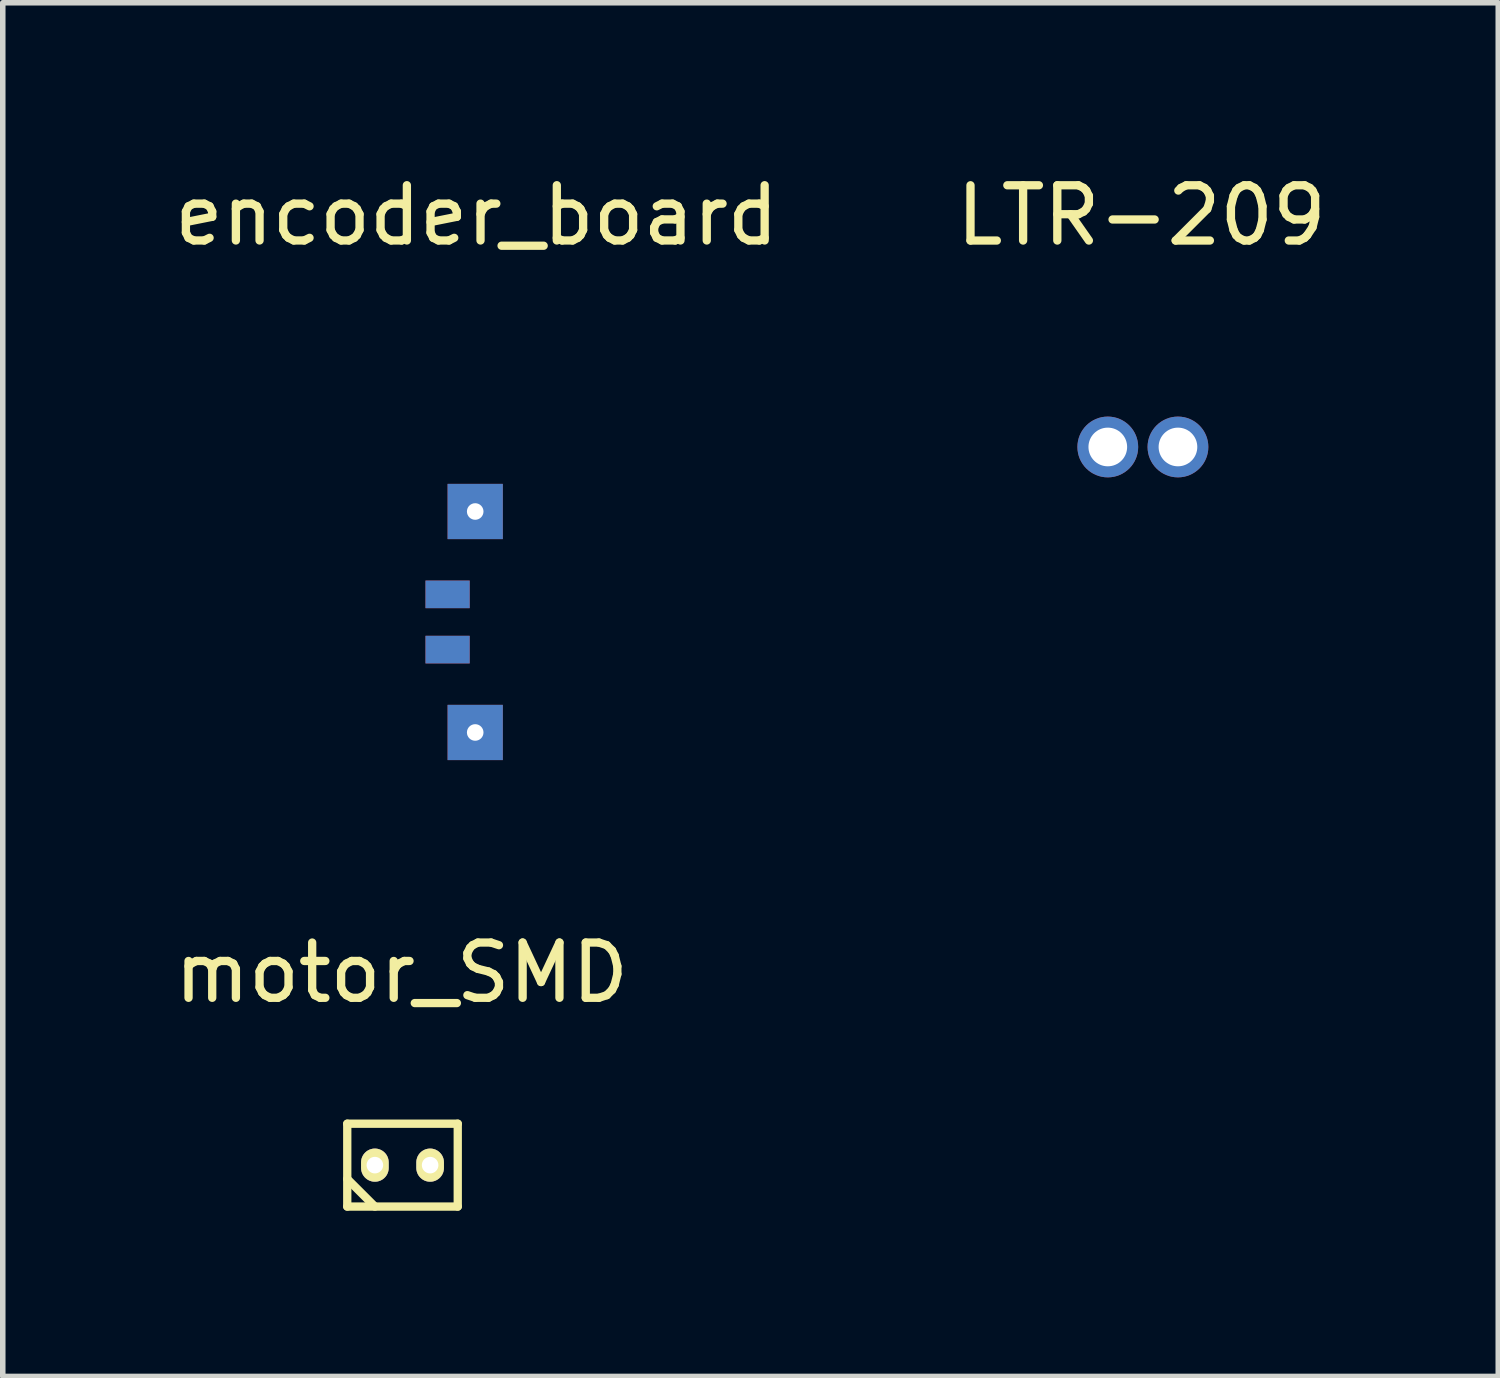
<source format=kicad_pcb>
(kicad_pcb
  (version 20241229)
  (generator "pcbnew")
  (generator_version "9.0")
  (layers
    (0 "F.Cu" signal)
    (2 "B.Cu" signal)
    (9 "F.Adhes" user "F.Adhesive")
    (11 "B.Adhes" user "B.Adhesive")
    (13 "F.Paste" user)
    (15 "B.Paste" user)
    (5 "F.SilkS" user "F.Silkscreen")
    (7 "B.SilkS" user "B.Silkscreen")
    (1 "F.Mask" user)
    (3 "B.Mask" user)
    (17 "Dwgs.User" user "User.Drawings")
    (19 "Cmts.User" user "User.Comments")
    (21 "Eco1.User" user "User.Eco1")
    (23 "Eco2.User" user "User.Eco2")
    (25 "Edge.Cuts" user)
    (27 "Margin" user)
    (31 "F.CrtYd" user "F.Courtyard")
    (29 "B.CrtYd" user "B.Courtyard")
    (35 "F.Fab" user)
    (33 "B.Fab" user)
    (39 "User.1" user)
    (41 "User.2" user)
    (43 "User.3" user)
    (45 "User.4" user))
  (footprint "motor_SMD"
    (layer "F.Cu")
    (at 4.22 15.057)
    (property "Reference" "motor_SMD" (at 0 -0.5 0) (unlocked yes) (layer "F.SilkS") (effects (font (size 1 1) (thickness 0.15))))
    (attr smd)
    (fp_line (start -0.984 2.234) (end 1.016 2.234) (stroke (width 0.15) (type solid)) (layer "F.SilkS"))
    (fp_line (start -0.984 3.734) (end -0.984 2.234) (stroke (width 0.15) (type solid)) (layer "F.SilkS"))
    (fp_line (start -0.984 3.734) (end 1.016 3.734) (stroke (width 0.15) (type solid)) (layer "F.SilkS"))
    (fp_line (start -0.484 3.734) (end -0.984 3.234) (stroke (width 0.15) (type solid)) (layer "F.SilkS"))
    (fp_line (start 1.016 3.734) (end 1.016 2.234) (stroke (width 0.15) (type solid)) (layer "F.SilkS"))
    (pad "1" thru_hole oval (at -0.484 2.984) (size 0.5 0.6) (drill 0.3) (layers "*.Cu" "*.Mask" "F.SilkS"))
    (pad "2" thru_hole oval (at 0.516 2.984) (size 0.5 0.6) (drill 0.3) (layers "*.Cu" "*.Mask" "F.SilkS")))
  (footprint "encoder_board"
    (layer "F.Cu")
    (at 5.552 6.209)
    (property "Reference" "encoder_board" (at 0.025 -5.361 0) (unlocked yes) (layer "F.SilkS") (effects (font (size 1 1) (thickness 0.15))))
    (attr smd)
    (pad "1" thru_hole rect (at 0 0) (size 1 1) (drill 0.3) (layers "*.Cu" "*.Mask"))
    (pad "2" smd rect (at -0.5 1.5) (size 0.8 0.5) (layers "F.Cu" "F.Mask" "F.Paste"))
    (pad "3" smd rect (at -0.5 2.5) (size 0.8 0.5) (layers "F.Cu" "F.Mask" "F.Paste" "Eco1.User"))
    (pad "4" smd rect (at -0.5 1.5) (size 0.8 0.5) (layers "B.Cu" "B.Mask" "B.Paste"))
    (pad "5" smd rect (at -0.5 2.5) (size 0.8 0.5) (layers "B.Cu" "B.Mask" "B.Paste"))
    (pad "6" thru_hole rect (at 0 4) (size 1 1) (drill 0.3) (layers "*.Cu" "*.Mask")))
  (footprint "LTR-209"
    (layer "F.Cu")
    (at 17.638 5.041)
    (property "Reference" "LTR-209" (at -0.025 -4.192 0) (unlocked yes) (layer "F.SilkS") (effects (font (size 1 1) (thickness 0.15))))
    (attr through_hole)
    (pad "1" thru_hole circle (at -0.635 0) (size 1.1 1.1) (drill 0.7) (layers "*.Cu" "*.Mask"))
    (pad "2" thru_hole circle (at 0.635 0) (size 1.1 1.1) (drill 0.7) (layers "*.Cu" "*.Mask")))
  (gr_rect
    (start -3 -3)
    (end 24.071 21.866)
    (stroke (width 0.1) (type default))
    (fill no)
    (layer "Edge.Cuts")))
</source>
